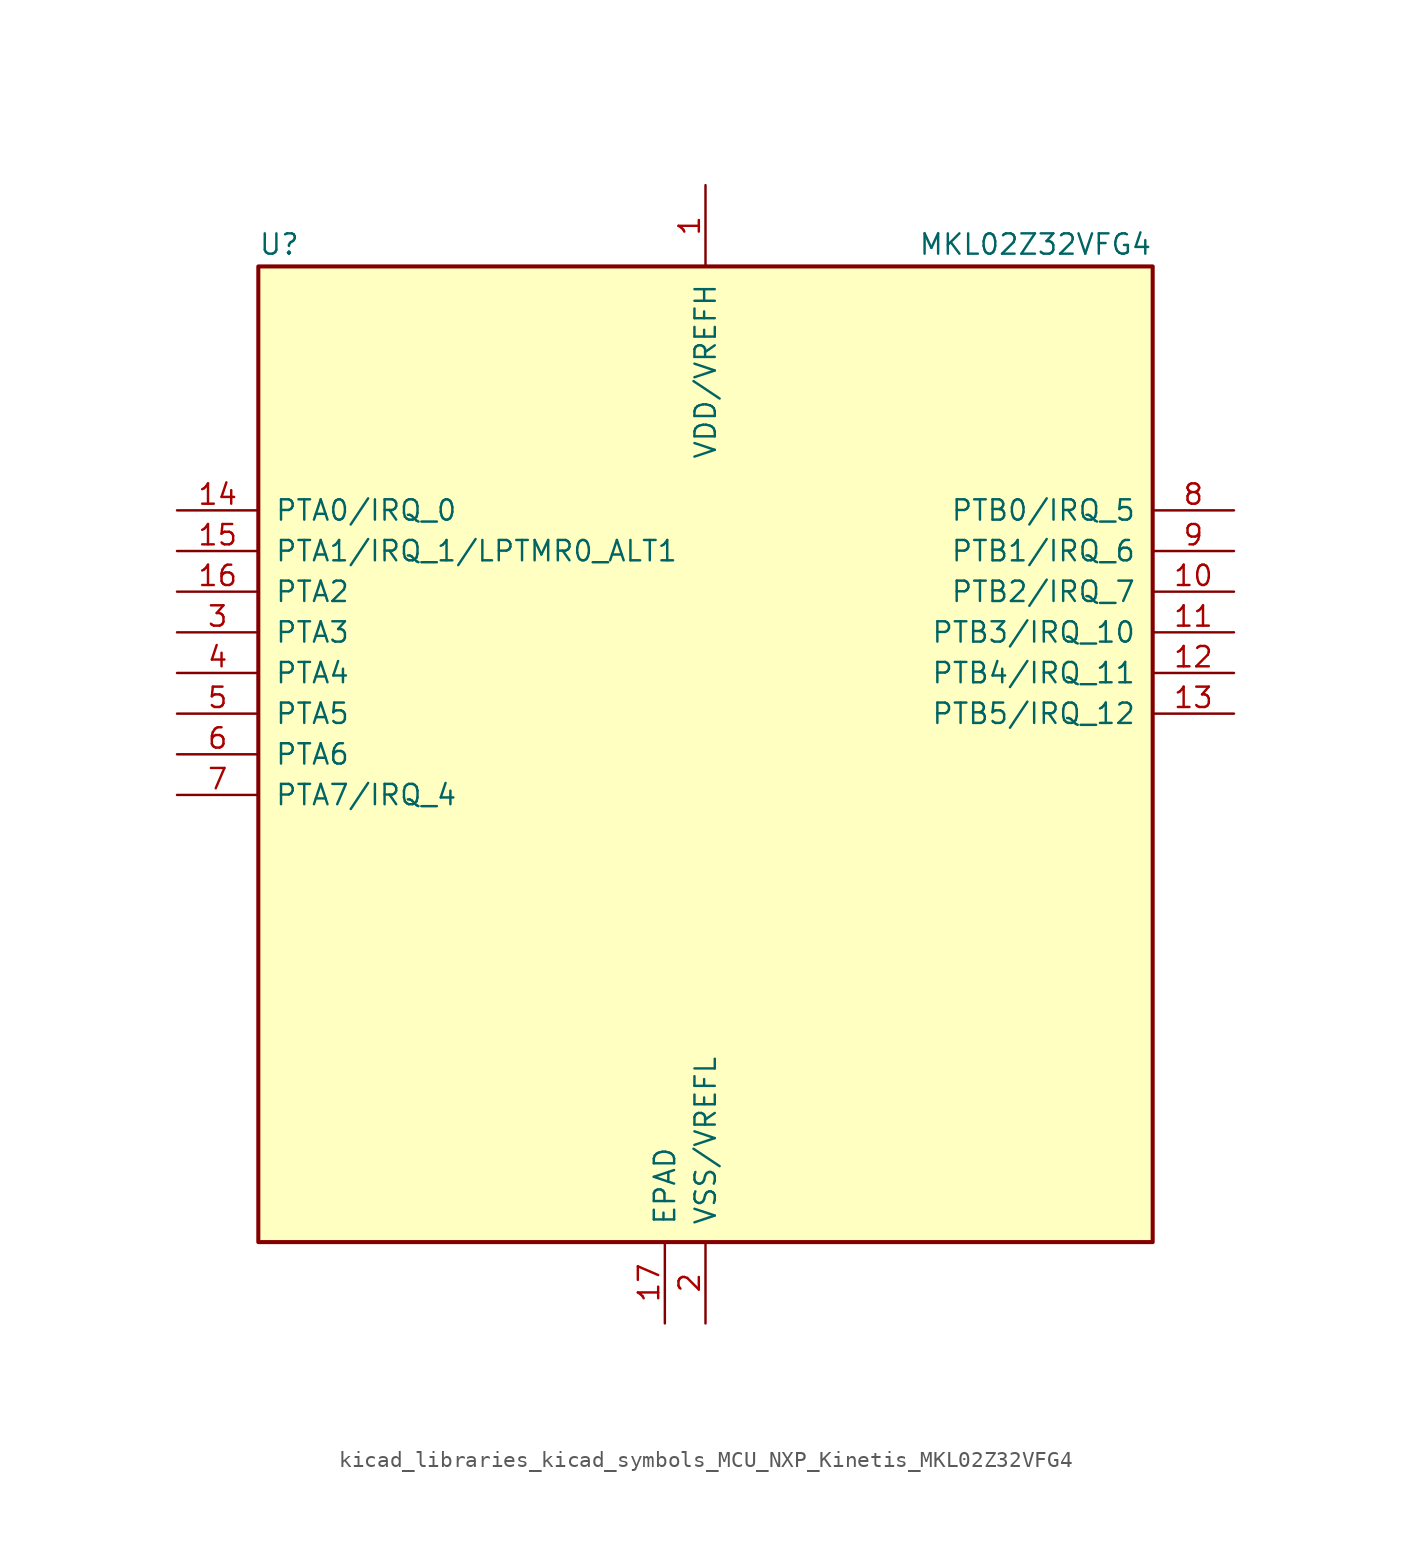
<source format=kicad_sym>
(kicad_symbol_lib
  (version 20220914)
  (generator kicad_symbol_editor)
  (symbol "kicad_libraries_kicad_symbols_MCU_NXP_Kinetis_MKL02Z32VFG4"
    (pin_names
      (offset 1.016))
    (property "Reference" "U"
      (at -27.94 31.115 0)
      (effects (font (size 1.27 1.27)) (justify left bottom)))
    (property "Value" "MKL02Z32VFG4"
      (at 27.94 31.115 0)
      (effects (font (size 1.27 1.27)) (justify right bottom)))
    (symbol "kicad_libraries_kicad_symbols_MCU_NXP_Kinetis_MKL02Z32VFG4_0_1"
      (rectangle (start -27.94 30.48) (end 27.94 -30.48) (stroke (width 0.254) (type default)) (fill (type background))))
    (symbol "kicad_libraries_kicad_symbols_MCU_NXP_Kinetis_MKL02Z32VFG4_1_1"
      (pin power_in line (at 0 35.56 270) (length 5.08) (name "VDD/VREFH" (effects (font (size 1.27 1.27)))) (number "1" (effects (font (size 1.27 1.27)))))
      (pin bidirectional line (at 33.02 10.16 180) (length 5.08) (name "PTB2/IRQ_7" (effects (font (size 1.27 1.27)))) (number "10" (effects (font (size 1.27 1.27)))))
      (pin bidirectional line (at 33.02 7.62 180) (length 5.08) (name "PTB3/IRQ_10" (effects (font (size 1.27 1.27)))) (number "11" (effects (font (size 1.27 1.27)))))
      (pin bidirectional line (at 33.02 5.08 180) (length 5.08) (name "PTB4/IRQ_11" (effects (font (size 1.27 1.27)))) (number "12" (effects (font (size 1.27 1.27)))))
      (pin bidirectional line (at 33.02 2.54 180) (length 5.08) (name "PTB5/IRQ_12" (effects (font (size 1.27 1.27)))) (number "13" (effects (font (size 1.27 1.27)))))
      (pin bidirectional line (at -33.02 15.24 0) (length 5.08) (name "PTA0/IRQ_0" (effects (font (size 1.27 1.27)))) (number "14" (effects (font (size 1.27 1.27)))))
      (pin bidirectional line (at -33.02 12.7 0) (length 5.08) (name "PTA1/IRQ_1/LPTMR0_ALT1" (effects (font (size 1.27 1.27)))) (number "15" (effects (font (size 1.27 1.27)))))
      (pin bidirectional line (at -33.02 10.16 0) (length 5.08) (name "PTA2" (effects (font (size 1.27 1.27)))) (number "16" (effects (font (size 1.27 1.27)))))
      (pin power_in line (at -2.54 -35.56 90) (length 5.08) (name "EPAD" (effects (font (size 1.27 1.27)))) (number "17" (effects (font (size 1.27 1.27)))))
      (pin power_in line (at 0 -35.56 90) (length 5.08) (name "VSS/VREFL" (effects (font (size 1.27 1.27)))) (number "2" (effects (font (size 1.27 1.27)))))
      (pin bidirectional line (at -33.02 7.62 0) (length 5.08) (name "PTA3" (effects (font (size 1.27 1.27)))) (number "3" (effects (font (size 1.27 1.27)))))
      (pin bidirectional line (at -33.02 5.08 0) (length 5.08) (name "PTA4" (effects (font (size 1.27 1.27)))) (number "4" (effects (font (size 1.27 1.27)))))
      (pin bidirectional line (at -33.02 2.54 0) (length 5.08) (name "PTA5" (effects (font (size 1.27 1.27)))) (number "5" (effects (font (size 1.27 1.27)))))
      (pin bidirectional line (at -33.02 0 0) (length 5.08) (name "PTA6" (effects (font (size 1.27 1.27)))) (number "6" (effects (font (size 1.27 1.27)))))
      (pin bidirectional line (at -33.02 -2.54 0) (length 5.08) (name "PTA7/IRQ_4" (effects (font (size 1.27 1.27)))) (number "7" (effects (font (size 1.27 1.27)))))
      (pin bidirectional line (at 33.02 15.24 180) (length 5.08) (name "PTB0/IRQ_5" (effects (font (size 1.27 1.27)))) (number "8" (effects (font (size 1.27 1.27)))))
      (pin bidirectional line (at 33.02 12.7 180) (length 5.08) (name "PTB1/IRQ_6" (effects (font (size 1.27 1.27)))) (number "9" (effects (font (size 1.27 1.27))))))))
</source>
